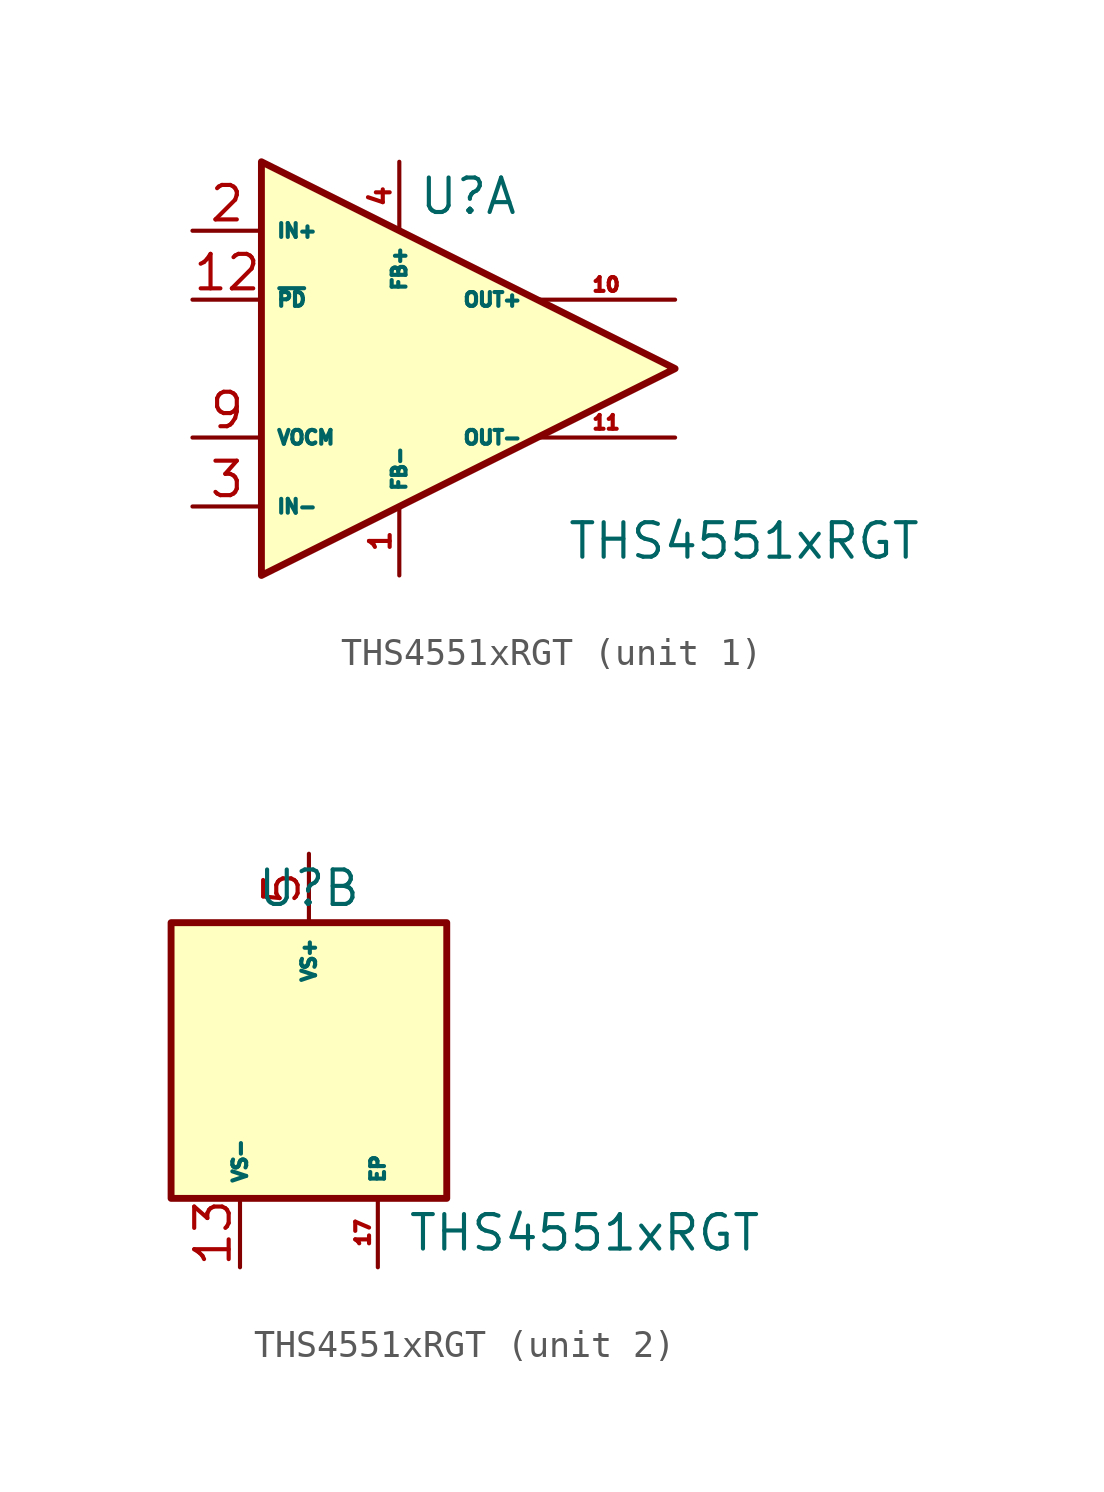
<source format=kicad_sym>
(kicad_symbol_lib
  (version 20211014)
  (generator kicad_symbol_editor)
  (symbol "THS4551xRGT"
    (property "Reference" "U"
      (at 0 6.35 0)
      (effects (font (size 1.27 1.27))))
    (property "Value" "THS4551xRGT"
      (at 10.16 -6.35 0)
      (effects (font (size 1.27 1.27))))
    (property "ki_locked" ""
      (at 0 0 0)
      (effects (font (size 1.27 1.27))))
    (symbol "THS4551xRGT_1_1"
      (polyline (pts (xy -7.62 7.62) (xy -7.62 -7.62) (xy 7.62 0) (xy -7.62 7.62)) (stroke (width 0.254) (type default) (color 0 0 0 0)) (fill (type background)))
      (pin output line (at -2.54 -7.62 90) (length 2.54) (name "FB-" (effects (font (size 0.508 0.508)))) (number "1" (effects (font (size 0.762 0.762)))))
      (pin output line (at 7.62 2.54 180) (length 5.08) (name "OUT+" (effects (font (size 0.508 0.508)))) (number "10" (effects (font (size 0.508 0.508)))))
      (pin output line (at 7.62 -2.54 180) (length 5.08) (name "OUT-" (effects (font (size 0.508 0.508)))) (number "11" (effects (font (size 0.508 0.508)))))
      (pin input line (at -10.16 2.54 0) (length 2.54) (name "~{PD}" (effects (font (size 0.508 0.508)))) (number "12" (effects (font (size 1.27 1.27)))))
      (pin input line (at -10.16 5.08 0) (length 2.54) (name "IN+" (effects (font (size 0.508 0.508)))) (number "2" (effects (font (size 1.27 1.27)))))
      (pin input line (at -10.16 -5.08 0) (length 2.54) (name "IN-" (effects (font (size 0.508 0.508)))) (number "3" (effects (font (size 1.27 1.27)))))
      (pin output line (at -2.54 7.62 270) (length 2.54) (name "FB+" (effects (font (size 0.508 0.508)))) (number "4" (effects (font (size 0.762 0.762)))))
      (pin input line (at -10.16 -2.54 0) (length 2.54) (name "VOCM" (effects (font (size 0.508 0.508)))) (number "9" (effects (font (size 1.27 1.27))))))
    (symbol "THS4551xRGT_2_1"
      (rectangle (start -5.08 5.08) (end 5.08 -5.08) (stroke (width 0.254) (type default) (color 0 0 0 0)) (fill (type background)))
      (pin power_in line (at -2.54 -7.62 90) (length 2.54) (name "VS-" (effects (font (size 0.508 0.508)))) (number "13" (effects (font (size 1.27 1.27)))))
      (pin passive line (at -2.54 -7.62 90) (length 2.54) hide (name "VS-" (effects (font (size 0.508 0.508)))) (number "14" (effects (font (size 1.27 1.27)))))
      (pin passive line (at -2.54 -7.62 90) (length 2.54) hide (name "VS-" (effects (font (size 0.508 0.508)))) (number "15" (effects (font (size 1.27 1.27)))))
      (pin passive line (at -2.54 -7.62 90) (length 2.54) hide (name "VS-" (effects (font (size 0.508 0.508)))) (number "16" (effects (font (size 1.27 1.27)))))
      (pin passive line (at 2.54 -7.62 90) (length 2.54) (name "EP" (effects (font (size 0.508 0.508)))) (number "17" (effects (font (size 0.508 0.508)))))
      (pin power_in line (at 0 7.62 270) (length 2.54) (name "VS+" (effects (font (size 0.508 0.508)))) (number "5" (effects (font (size 1.27 1.27)))))
      (pin passive line (at 0 7.62 270) (length 2.54) hide (name "VS+" (effects (font (size 0.508 0.508)))) (number "6" (effects (font (size 1.27 1.27)))))
      (pin passive line (at 0 7.62 270) (length 2.54) hide (name "VS+" (effects (font (size 0.508 0.508)))) (number "7" (effects (font (size 1.27 1.27)))))
      (pin passive line (at 0 7.62 270) (length 2.54) hide (name "VS+" (effects (font (size 0.508 0.508)))) (number "8" (effects (font (size 1.27 1.27))))))))
</source>
